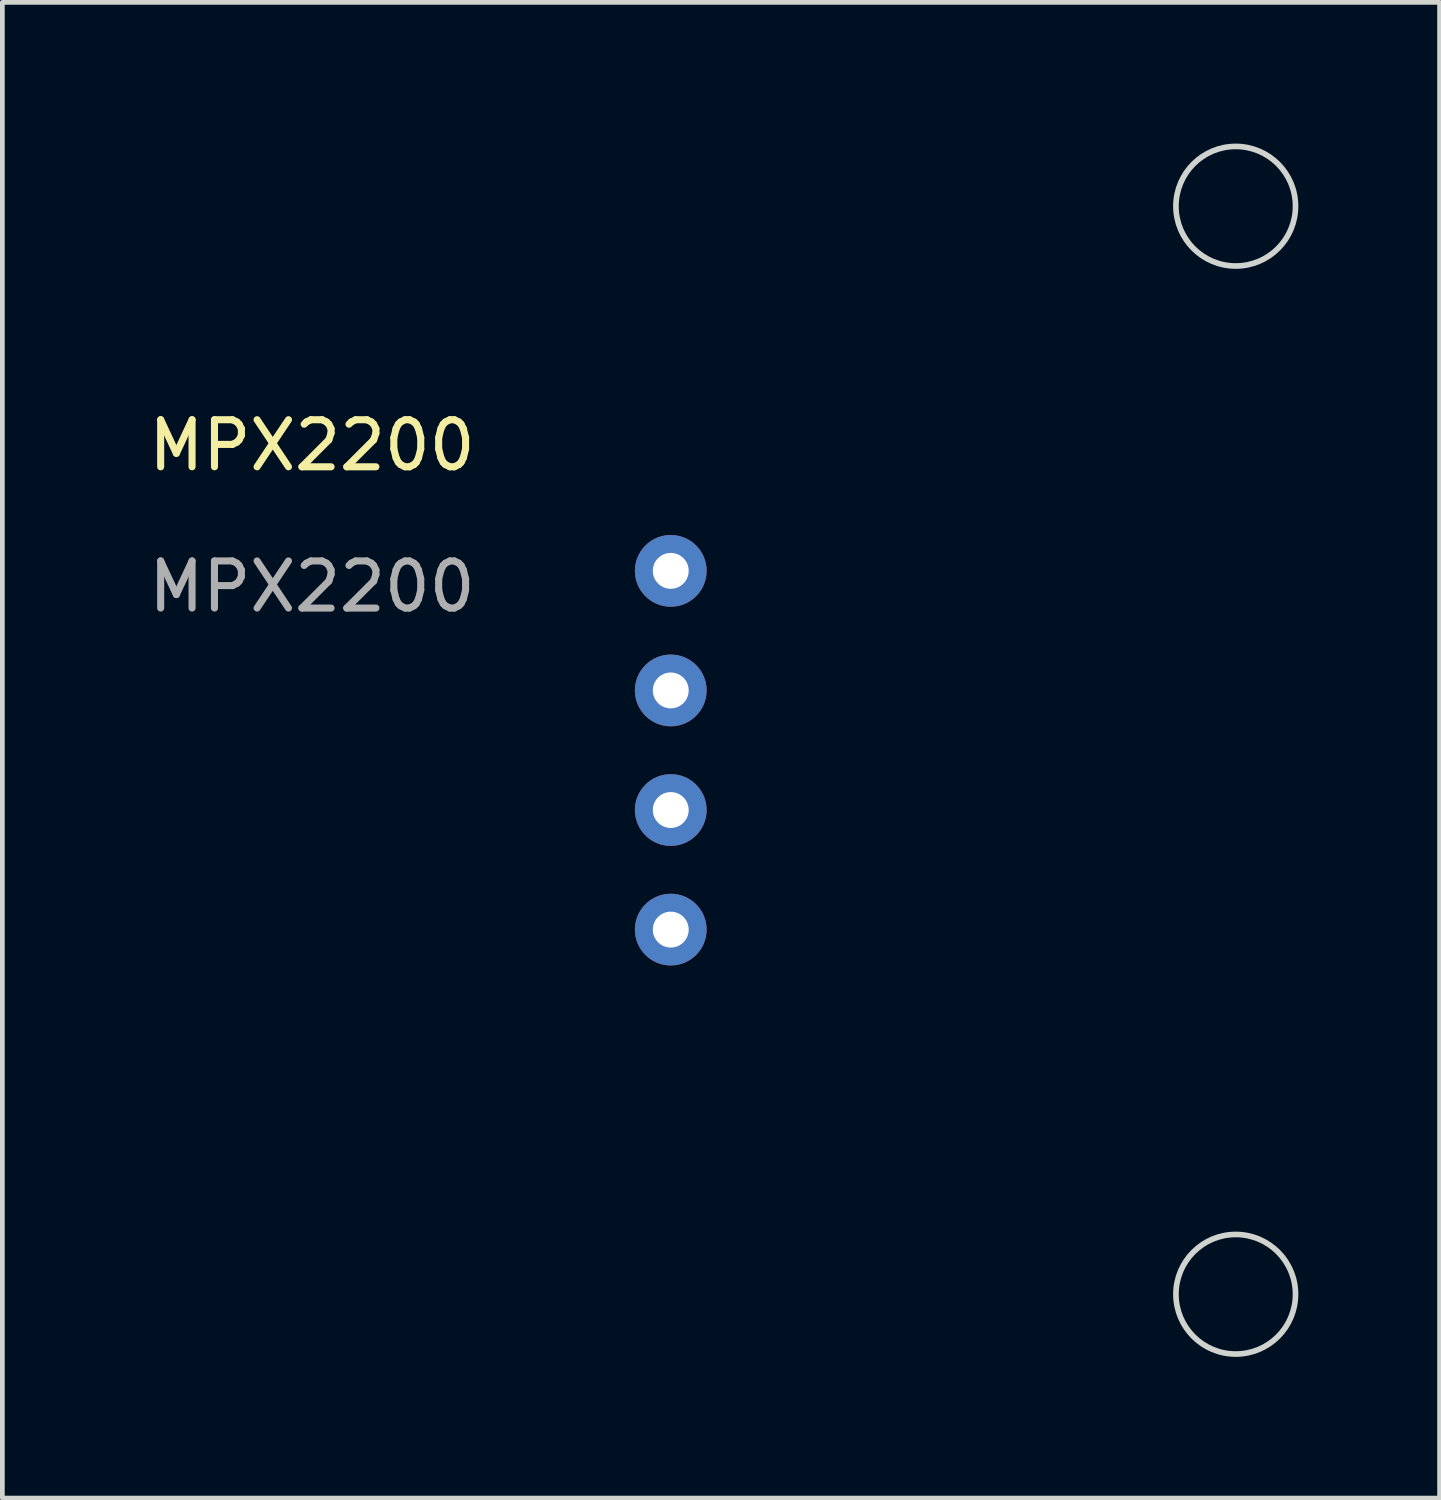
<source format=kicad_pcb>
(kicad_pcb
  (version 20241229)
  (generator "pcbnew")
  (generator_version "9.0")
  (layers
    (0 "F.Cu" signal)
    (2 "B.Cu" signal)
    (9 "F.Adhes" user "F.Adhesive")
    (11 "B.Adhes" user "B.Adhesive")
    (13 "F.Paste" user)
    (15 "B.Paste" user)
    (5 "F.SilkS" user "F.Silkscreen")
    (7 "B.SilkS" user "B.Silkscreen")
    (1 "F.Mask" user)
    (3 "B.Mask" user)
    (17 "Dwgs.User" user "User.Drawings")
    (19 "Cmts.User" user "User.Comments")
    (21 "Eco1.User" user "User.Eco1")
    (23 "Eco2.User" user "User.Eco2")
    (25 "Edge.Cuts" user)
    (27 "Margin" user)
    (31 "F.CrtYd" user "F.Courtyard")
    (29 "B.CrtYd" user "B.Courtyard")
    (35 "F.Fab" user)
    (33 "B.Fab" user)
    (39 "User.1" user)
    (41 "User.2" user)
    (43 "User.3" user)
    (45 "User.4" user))
  (footprint "MPX2200"
    (layer "F.Cu")
    (at 11.197 1.33)
    (property "Reference" "MPX2200" (at -7.62 5.08 0) (unlocked yes) (layer "F.SilkS") (effects (font (size 1 1) (thickness 0.15))))
    (attr through_hole)
    (fp_circle (center 12 0) (end 13.27 0) (stroke (width 0.12) (type solid)) (fill no) (layer "Edge.Cuts"))
    (fp_circle (center 12 23.11) (end 13.27 23.11) (stroke (width 0.12) (type solid)) (fill no) (layer "Edge.Cuts"))
    (fp_line (start 12 11.555) (end 0 11.555) (stroke (width 0.12) (type solid)) (layer "User.9"))
    (fp_text user "${REFERENCE}" (at -7.62 8.08 0) (unlocked yes) (layer "F.Fab") (effects (font (size 1 1) (thickness 0.15))))
    (pad "1" thru_hole circle (at 0 7.745) (size 1.524 1.524) (drill 0.762) (layers "*.Cu" "*.Mask"))
    (pad "2" thru_hole circle (at 0 10.285) (size 1.524 1.524) (drill 0.762) (layers "*.Cu" "*.Mask"))
    (pad "3" thru_hole circle (at 0 12.825) (size 1.524 1.524) (drill 0.762) (layers "*.Cu" "*.Mask"))
    (pad "4" thru_hole circle (at 0 15.365) (size 1.524 1.524) (drill 0.762) (layers "*.Cu" "*.Mask")))
  (gr_rect
    (start -3 -3)
    (end 27.527 28.77)
    (stroke (width 0.1) (type default))
    (fill no)
    (layer "Edge.Cuts")))
</source>
